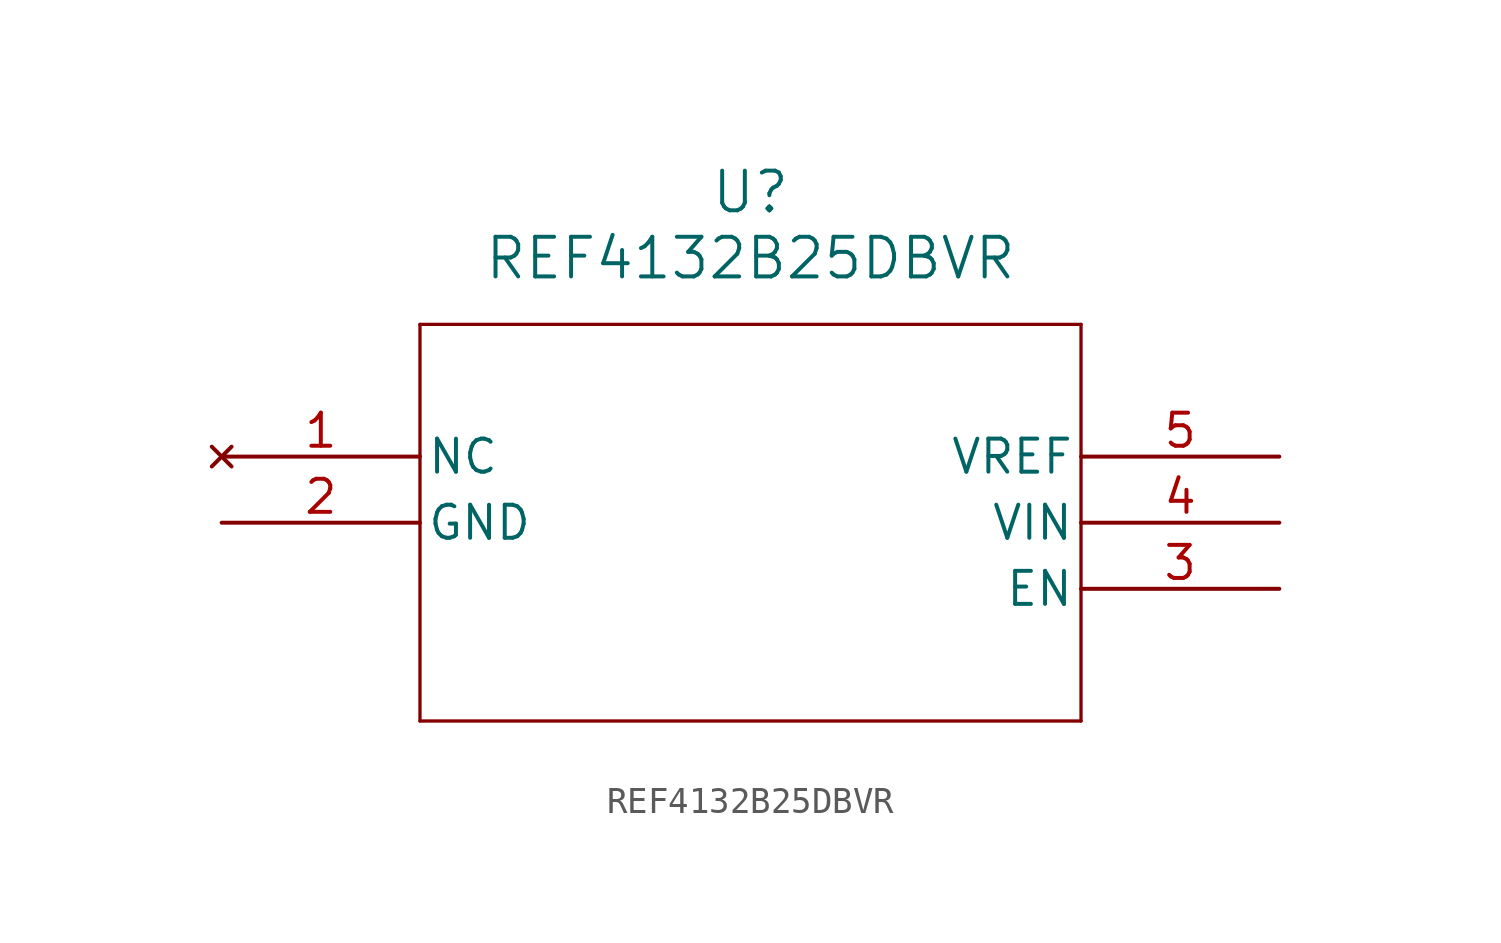
<source format=kicad_sym>
(kicad_symbol_lib
  (version 20211014)
  (generator kicad_symbol_editor)
  (symbol "REF4132B25DBVR"
    (pin_names
      (offset 0.254))
    (property "Reference" "U"
      (at 20.32 10.16 0)
      (effects (font (size 1.524 1.524))))
    (property "Value" "REF4132B25DBVR"
      (at 20.32 7.62 0)
      (effects (font (size 1.524 1.524))))
    (symbol "REF4132B25DBVR_0_1"
      (polyline (pts (xy 7.62 5.08) (xy 7.62 -10.16)) (stroke (width 0.127) (type default) (color 0 0 0 0)) (fill (type none)))
      (polyline (pts (xy 7.62 -10.16) (xy 33.02 -10.16)) (stroke (width 0.127) (type default) (color 0 0 0 0)) (fill (type none)))
      (polyline (pts (xy 33.02 -10.16) (xy 33.02 5.08)) (stroke (width 0.127) (type default) (color 0 0 0 0)) (fill (type none)))
      (polyline (pts (xy 33.02 5.08) (xy 7.62 5.08)) (stroke (width 0.127) (type default) (color 0 0 0 0)) (fill (type none)))
      (pin no_connect line (at 0 0 0) (length 7.62) (name "NC" (effects (font (size 1.27 1.27)))) (number "1" (effects (font (size 1.27 1.27)))))
      (pin power_out line (at 0 -2.54 0) (length 7.62) (name "GND" (effects (font (size 1.27 1.27)))) (number "2" (effects (font (size 1.27 1.27)))))
      (pin input line (at 40.64 -5.08 180) (length 7.62) (name "EN" (effects (font (size 1.27 1.27)))) (number "3" (effects (font (size 1.27 1.27)))))
      (pin power_in line (at 40.64 -2.54 180) (length 7.62) (name "VIN" (effects (font (size 1.27 1.27)))) (number "4" (effects (font (size 1.27 1.27)))))
      (pin output line (at 40.64 0 180) (length 7.62) (name "VREF" (effects (font (size 1.27 1.27)))) (number "5" (effects (font (size 1.27 1.27))))))))
</source>
